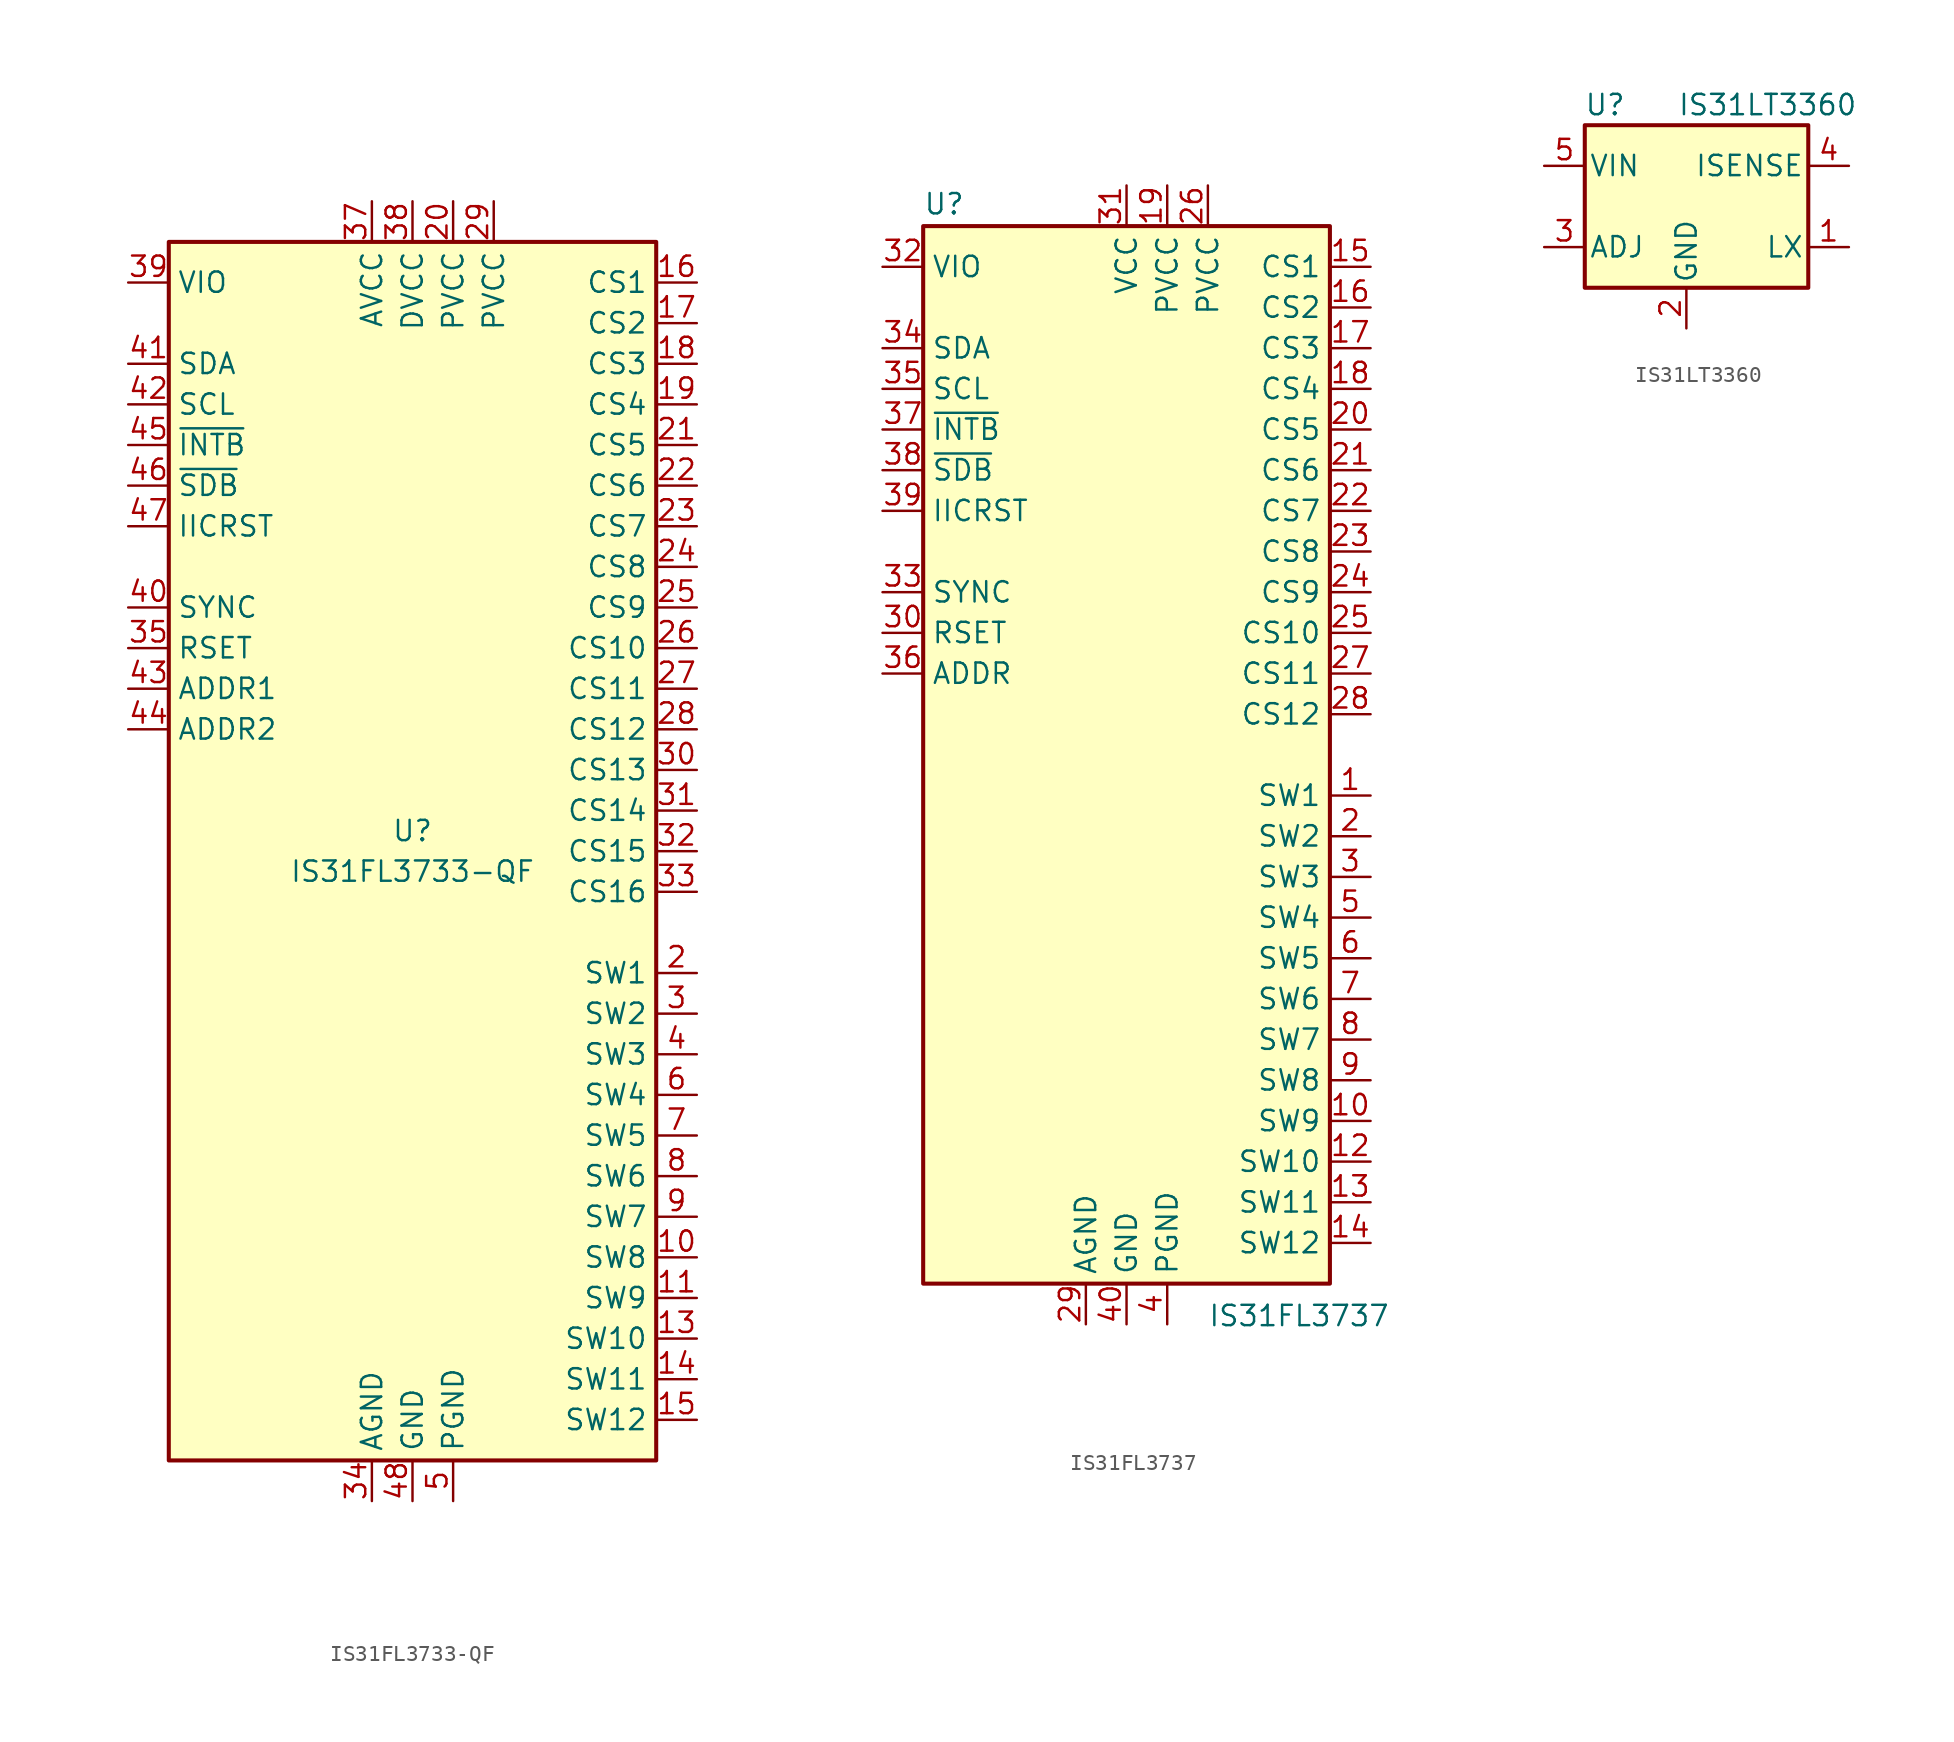
<source format=kicad_sym>
(kicad_symbol_lib
  (version 20211014)
  (generator kicad_symbol_editor)
  (symbol "IS31FL3733-QF"
    (property "Reference" "U"
      (at 0 1.27 0)
      (effects (font (size 1.27 1.27))))
    (property "Value" "IS31FL3733-QF"
      (at 0 -1.27 0)
      (effects (font (size 1.27 1.27))))
    (symbol "IS31FL3733-QF_0_1"
      (rectangle (start -15.24 38.1) (end 15.24 -38.1) (stroke (width 0.254) (type default) (color 0 0 0 0)) (fill (type background))))
    (symbol "IS31FL3733-QF_1_1"
      (pin no_connect line (at -15.24 -33.02 0) (length 2.54) hide (name "NC" (effects (font (size 1.27 1.27)))) (number "1" (effects (font (size 1.27 1.27)))))
      (pin input line (at 17.78 -25.4 180) (length 2.54) (name "SW8" (effects (font (size 1.27 1.27)))) (number "10" (effects (font (size 1.27 1.27)))))
      (pin input line (at 17.78 -27.94 180) (length 2.54) (name "SW9" (effects (font (size 1.27 1.27)))) (number "11" (effects (font (size 1.27 1.27)))))
      (pin passive line (at 2.54 -40.64 90) (length 2.54) hide (name "PGND" (effects (font (size 1.27 1.27)))) (number "12" (effects (font (size 1.27 1.27)))))
      (pin input line (at 17.78 -30.48 180) (length 2.54) (name "SW10" (effects (font (size 1.27 1.27)))) (number "13" (effects (font (size 1.27 1.27)))))
      (pin input line (at 17.78 -33.02 180) (length 2.54) (name "SW11" (effects (font (size 1.27 1.27)))) (number "14" (effects (font (size 1.27 1.27)))))
      (pin input line (at 17.78 -35.56 180) (length 2.54) (name "SW12" (effects (font (size 1.27 1.27)))) (number "15" (effects (font (size 1.27 1.27)))))
      (pin output line (at 17.78 35.56 180) (length 2.54) (name "CS1" (effects (font (size 1.27 1.27)))) (number "16" (effects (font (size 1.27 1.27)))))
      (pin output line (at 17.78 33.02 180) (length 2.54) (name "CS2" (effects (font (size 1.27 1.27)))) (number "17" (effects (font (size 1.27 1.27)))))
      (pin output line (at 17.78 30.48 180) (length 2.54) (name "CS3" (effects (font (size 1.27 1.27)))) (number "18" (effects (font (size 1.27 1.27)))))
      (pin output line (at 17.78 27.94 180) (length 2.54) (name "CS4" (effects (font (size 1.27 1.27)))) (number "19" (effects (font (size 1.27 1.27)))))
      (pin input line (at 17.78 -7.62 180) (length 2.54) (name "SW1" (effects (font (size 1.27 1.27)))) (number "2" (effects (font (size 1.27 1.27)))))
      (pin power_in line (at 2.54 40.64 270) (length 2.54) (name "PVCC" (effects (font (size 1.27 1.27)))) (number "20" (effects (font (size 1.27 1.27)))))
      (pin output line (at 17.78 25.4 180) (length 2.54) (name "CS5" (effects (font (size 1.27 1.27)))) (number "21" (effects (font (size 1.27 1.27)))))
      (pin output line (at 17.78 22.86 180) (length 2.54) (name "CS6" (effects (font (size 1.27 1.27)))) (number "22" (effects (font (size 1.27 1.27)))))
      (pin output line (at 17.78 20.32 180) (length 2.54) (name "CS7" (effects (font (size 1.27 1.27)))) (number "23" (effects (font (size 1.27 1.27)))))
      (pin output line (at 17.78 17.78 180) (length 2.54) (name "CS8" (effects (font (size 1.27 1.27)))) (number "24" (effects (font (size 1.27 1.27)))))
      (pin output line (at 17.78 15.24 180) (length 2.54) (name "CS9" (effects (font (size 1.27 1.27)))) (number "25" (effects (font (size 1.27 1.27)))))
      (pin output line (at 17.78 12.7 180) (length 2.54) (name "CS10" (effects (font (size 1.27 1.27)))) (number "26" (effects (font (size 1.27 1.27)))))
      (pin output line (at 17.78 10.16 180) (length 2.54) (name "CS11" (effects (font (size 1.27 1.27)))) (number "27" (effects (font (size 1.27 1.27)))))
      (pin output line (at 17.78 7.62 180) (length 2.54) (name "CS12" (effects (font (size 1.27 1.27)))) (number "28" (effects (font (size 1.27 1.27)))))
      (pin power_in line (at 5.08 40.64 270) (length 2.54) (name "PVCC" (effects (font (size 1.27 1.27)))) (number "29" (effects (font (size 1.27 1.27)))))
      (pin input line (at 17.78 -10.16 180) (length 2.54) (name "SW2" (effects (font (size 1.27 1.27)))) (number "3" (effects (font (size 1.27 1.27)))))
      (pin output line (at 17.78 5.08 180) (length 2.54) (name "CS13" (effects (font (size 1.27 1.27)))) (number "30" (effects (font (size 1.27 1.27)))))
      (pin output line (at 17.78 2.54 180) (length 2.54) (name "CS14" (effects (font (size 1.27 1.27)))) (number "31" (effects (font (size 1.27 1.27)))))
      (pin output line (at 17.78 0 180) (length 2.54) (name "CS15" (effects (font (size 1.27 1.27)))) (number "32" (effects (font (size 1.27 1.27)))))
      (pin output line (at 17.78 -2.54 180) (length 2.54) (name "CS16" (effects (font (size 1.27 1.27)))) (number "33" (effects (font (size 1.27 1.27)))))
      (pin power_in line (at -2.54 -40.64 90) (length 2.54) (name "AGND" (effects (font (size 1.27 1.27)))) (number "34" (effects (font (size 1.27 1.27)))))
      (pin passive line (at -17.78 12.7 0) (length 2.54) (name "RSET" (effects (font (size 1.27 1.27)))) (number "35" (effects (font (size 1.27 1.27)))))
      (pin no_connect line (at -15.24 -35.56 0) (length 2.54) hide (name "NC" (effects (font (size 1.27 1.27)))) (number "36" (effects (font (size 1.27 1.27)))))
      (pin power_in line (at -2.54 40.64 270) (length 2.54) (name "AVCC" (effects (font (size 1.27 1.27)))) (number "37" (effects (font (size 1.27 1.27)))))
      (pin power_in line (at 0 40.64 270) (length 2.54) (name "DVCC" (effects (font (size 1.27 1.27)))) (number "38" (effects (font (size 1.27 1.27)))))
      (pin input line (at -17.78 35.56 0) (length 2.54) (name "VIO" (effects (font (size 1.27 1.27)))) (number "39" (effects (font (size 1.27 1.27)))))
      (pin input line (at 17.78 -12.7 180) (length 2.54) (name "SW3" (effects (font (size 1.27 1.27)))) (number "4" (effects (font (size 1.27 1.27)))))
      (pin input line (at -17.78 15.24 0) (length 2.54) (name "SYNC" (effects (font (size 1.27 1.27)))) (number "40" (effects (font (size 1.27 1.27)))))
      (pin bidirectional line (at -17.78 30.48 0) (length 2.54) (name "SDA" (effects (font (size 1.27 1.27)))) (number "41" (effects (font (size 1.27 1.27)))))
      (pin input line (at -17.78 27.94 0) (length 2.54) (name "SCL" (effects (font (size 1.27 1.27)))) (number "42" (effects (font (size 1.27 1.27)))))
      (pin input line (at -17.78 10.16 0) (length 2.54) (name "ADDR1" (effects (font (size 1.27 1.27)))) (number "43" (effects (font (size 1.27 1.27)))))
      (pin input line (at -17.78 7.62 0) (length 2.54) (name "ADDR2" (effects (font (size 1.27 1.27)))) (number "44" (effects (font (size 1.27 1.27)))))
      (pin open_collector line (at -17.78 25.4 0) (length 2.54) (name "~{INTB}" (effects (font (size 1.27 1.27)))) (number "45" (effects (font (size 1.27 1.27)))))
      (pin input line (at -17.78 22.86 0) (length 2.54) (name "~{SDB}" (effects (font (size 1.27 1.27)))) (number "46" (effects (font (size 1.27 1.27)))))
      (pin input line (at -17.78 20.32 0) (length 2.54) (name "IICRST" (effects (font (size 1.27 1.27)))) (number "47" (effects (font (size 1.27 1.27)))))
      (pin power_in line (at 0 -40.64 90) (length 2.54) (name "GND" (effects (font (size 1.27 1.27)))) (number "48" (effects (font (size 1.27 1.27)))))
      (pin passive line (at 0 -40.64 90) (length 2.54) hide (name "GND" (effects (font (size 1.27 1.27)))) (number "49" (effects (font (size 1.27 1.27)))))
      (pin power_in line (at 2.54 -40.64 90) (length 2.54) (name "PGND" (effects (font (size 1.27 1.27)))) (number "5" (effects (font (size 1.27 1.27)))))
      (pin input line (at 17.78 -15.24 180) (length 2.54) (name "SW4" (effects (font (size 1.27 1.27)))) (number "6" (effects (font (size 1.27 1.27)))))
      (pin input line (at 17.78 -17.78 180) (length 2.54) (name "SW5" (effects (font (size 1.27 1.27)))) (number "7" (effects (font (size 1.27 1.27)))))
      (pin input line (at 17.78 -20.32 180) (length 2.54) (name "SW6" (effects (font (size 1.27 1.27)))) (number "8" (effects (font (size 1.27 1.27)))))
      (pin input line (at 17.78 -22.86 180) (length 2.54) (name "SW7" (effects (font (size 1.27 1.27)))) (number "9" (effects (font (size 1.27 1.27)))))))
  (symbol "IS31FL3737"
    (property "Reference" "U"
      (at -12.7 33.655 0)
      (effects (font (size 1.27 1.27)) (justify left bottom)))
    (property "Value" "IS31FL3737"
      (at 5.08 -34.29 0)
      (effects (font (size 1.27 1.27)) (justify left top)))
    (symbol "IS31FL3737_0_1"
      (rectangle (start -12.7 33.02) (end 12.7 -33.02) (stroke (width 0.254) (type default) (color 0 0 0 0)) (fill (type background))))
    (symbol "IS31FL3737_1_1"
      (pin input line (at 15.24 -2.54 180) (length 2.54) (name "SW1" (effects (font (size 1.27 1.27)))) (number "1" (effects (font (size 1.27 1.27)))))
      (pin input line (at 15.24 -22.86 180) (length 2.54) (name "SW9" (effects (font (size 1.27 1.27)))) (number "10" (effects (font (size 1.27 1.27)))))
      (pin passive line (at 2.54 -35.56 90) (length 2.54) hide (name "PGND" (effects (font (size 1.27 1.27)))) (number "11" (effects (font (size 1.27 1.27)))))
      (pin input line (at 15.24 -25.4 180) (length 2.54) (name "SW10" (effects (font (size 1.27 1.27)))) (number "12" (effects (font (size 1.27 1.27)))))
      (pin input line (at 15.24 -27.94 180) (length 2.54) (name "SW11" (effects (font (size 1.27 1.27)))) (number "13" (effects (font (size 1.27 1.27)))))
      (pin input line (at 15.24 -30.48 180) (length 2.54) (name "SW12" (effects (font (size 1.27 1.27)))) (number "14" (effects (font (size 1.27 1.27)))))
      (pin output line (at 15.24 30.48 180) (length 2.54) (name "CS1" (effects (font (size 1.27 1.27)))) (number "15" (effects (font (size 1.27 1.27)))))
      (pin output line (at 15.24 27.94 180) (length 2.54) (name "CS2" (effects (font (size 1.27 1.27)))) (number "16" (effects (font (size 1.27 1.27)))))
      (pin output line (at 15.24 25.4 180) (length 2.54) (name "CS3" (effects (font (size 1.27 1.27)))) (number "17" (effects (font (size 1.27 1.27)))))
      (pin output line (at 15.24 22.86 180) (length 2.54) (name "CS4" (effects (font (size 1.27 1.27)))) (number "18" (effects (font (size 1.27 1.27)))))
      (pin power_in line (at 2.54 35.56 270) (length 2.54) (name "PVCC" (effects (font (size 1.27 1.27)))) (number "19" (effects (font (size 1.27 1.27)))))
      (pin input line (at 15.24 -5.08 180) (length 2.54) (name "SW2" (effects (font (size 1.27 1.27)))) (number "2" (effects (font (size 1.27 1.27)))))
      (pin output line (at 15.24 20.32 180) (length 2.54) (name "CS5" (effects (font (size 1.27 1.27)))) (number "20" (effects (font (size 1.27 1.27)))))
      (pin output line (at 15.24 17.78 180) (length 2.54) (name "CS6" (effects (font (size 1.27 1.27)))) (number "21" (effects (font (size 1.27 1.27)))))
      (pin output line (at 15.24 15.24 180) (length 2.54) (name "CS7" (effects (font (size 1.27 1.27)))) (number "22" (effects (font (size 1.27 1.27)))))
      (pin output line (at 15.24 12.7 180) (length 2.54) (name "CS8" (effects (font (size 1.27 1.27)))) (number "23" (effects (font (size 1.27 1.27)))))
      (pin output line (at 15.24 10.16 180) (length 2.54) (name "CS9" (effects (font (size 1.27 1.27)))) (number "24" (effects (font (size 1.27 1.27)))))
      (pin output line (at 15.24 7.62 180) (length 2.54) (name "CS10" (effects (font (size 1.27 1.27)))) (number "25" (effects (font (size 1.27 1.27)))))
      (pin power_in line (at 5.08 35.56 270) (length 2.54) (name "PVCC" (effects (font (size 1.27 1.27)))) (number "26" (effects (font (size 1.27 1.27)))))
      (pin output line (at 15.24 5.08 180) (length 2.54) (name "CS11" (effects (font (size 1.27 1.27)))) (number "27" (effects (font (size 1.27 1.27)))))
      (pin output line (at 15.24 2.54 180) (length 2.54) (name "CS12" (effects (font (size 1.27 1.27)))) (number "28" (effects (font (size 1.27 1.27)))))
      (pin power_in line (at -2.54 -35.56 90) (length 2.54) (name "AGND" (effects (font (size 1.27 1.27)))) (number "29" (effects (font (size 1.27 1.27)))))
      (pin input line (at 15.24 -7.62 180) (length 2.54) (name "SW3" (effects (font (size 1.27 1.27)))) (number "3" (effects (font (size 1.27 1.27)))))
      (pin passive line (at -15.24 7.62 0) (length 2.54) (name "RSET" (effects (font (size 1.27 1.27)))) (number "30" (effects (font (size 1.27 1.27)))))
      (pin power_in line (at 0 35.56 270) (length 2.54) (name "VCC" (effects (font (size 1.27 1.27)))) (number "31" (effects (font (size 1.27 1.27)))))
      (pin input line (at -15.24 30.48 0) (length 2.54) (name "VIO" (effects (font (size 1.27 1.27)))) (number "32" (effects (font (size 1.27 1.27)))))
      (pin input line (at -15.24 10.16 0) (length 2.54) (name "SYNC" (effects (font (size 1.27 1.27)))) (number "33" (effects (font (size 1.27 1.27)))))
      (pin bidirectional line (at -15.24 25.4 0) (length 2.54) (name "SDA" (effects (font (size 1.27 1.27)))) (number "34" (effects (font (size 1.27 1.27)))))
      (pin input line (at -15.24 22.86 0) (length 2.54) (name "SCL" (effects (font (size 1.27 1.27)))) (number "35" (effects (font (size 1.27 1.27)))))
      (pin input line (at -15.24 5.08 0) (length 2.54) (name "ADDR" (effects (font (size 1.27 1.27)))) (number "36" (effects (font (size 1.27 1.27)))))
      (pin open_collector line (at -15.24 20.32 0) (length 2.54) (name "~{INTB}" (effects (font (size 1.27 1.27)))) (number "37" (effects (font (size 1.27 1.27)))))
      (pin input line (at -15.24 17.78 0) (length 2.54) (name "~{SDB}" (effects (font (size 1.27 1.27)))) (number "38" (effects (font (size 1.27 1.27)))))
      (pin input line (at -15.24 15.24 0) (length 2.54) (name "IICRST" (effects (font (size 1.27 1.27)))) (number "39" (effects (font (size 1.27 1.27)))))
      (pin power_in line (at 2.54 -35.56 90) (length 2.54) (name "PGND" (effects (font (size 1.27 1.27)))) (number "4" (effects (font (size 1.27 1.27)))))
      (pin power_in line (at 0 -35.56 90) (length 2.54) (name "GND" (effects (font (size 1.27 1.27)))) (number "40" (effects (font (size 1.27 1.27)))))
      (pin passive line (at 0 -35.56 90) (length 2.54) hide (name "GND" (effects (font (size 1.27 1.27)))) (number "41" (effects (font (size 1.27 1.27)))))
      (pin input line (at 15.24 -10.16 180) (length 2.54) (name "SW4" (effects (font (size 1.27 1.27)))) (number "5" (effects (font (size 1.27 1.27)))))
      (pin input line (at 15.24 -12.7 180) (length 2.54) (name "SW5" (effects (font (size 1.27 1.27)))) (number "6" (effects (font (size 1.27 1.27)))))
      (pin input line (at 15.24 -15.24 180) (length 2.54) (name "SW6" (effects (font (size 1.27 1.27)))) (number "7" (effects (font (size 1.27 1.27)))))
      (pin input line (at 15.24 -17.78 180) (length 2.54) (name "SW7" (effects (font (size 1.27 1.27)))) (number "8" (effects (font (size 1.27 1.27)))))
      (pin input line (at 15.24 -20.32 180) (length 2.54) (name "SW8" (effects (font (size 1.27 1.27)))) (number "9" (effects (font (size 1.27 1.27)))))))
  (symbol "IS31LT3360"
    (pin_names
      (offset 0.254))
    (property "Reference" "U"
      (at -5.08 8.89 0)
      (effects (font (size 1.27 1.27))))
    (property "Value" "IS31LT3360"
      (at 5.08 8.89 0)
      (effects (font (size 1.27 1.27))))
    (symbol "IS31LT3360_0_1"
      (rectangle (start -6.35 7.62) (end 7.62 -2.54) (stroke (width 0.254) (type default) (color 0 0 0 0)) (fill (type background))))
    (symbol "IS31LT3360_1_1"
      (pin open_collector line (at 10.16 0 180) (length 2.54) (name "LX" (effects (font (size 1.27 1.27)))) (number "1" (effects (font (size 1.27 1.27)))))
      (pin power_in line (at 0 -5.08 90) (length 2.54) (name "GND" (effects (font (size 1.27 1.27)))) (number "2" (effects (font (size 1.27 1.27)))))
      (pin input line (at -8.89 0 0) (length 2.54) (name "ADJ" (effects (font (size 1.27 1.27)))) (number "3" (effects (font (size 1.27 1.27)))))
      (pin input line (at 10.16 5.08 180) (length 2.54) (name "ISENSE" (effects (font (size 1.27 1.27)))) (number "4" (effects (font (size 1.27 1.27)))))
      (pin power_in line (at -8.89 5.08 0) (length 2.54) (name "VIN" (effects (font (size 1.27 1.27)))) (number "5" (effects (font (size 1.27 1.27))))))))
</source>
